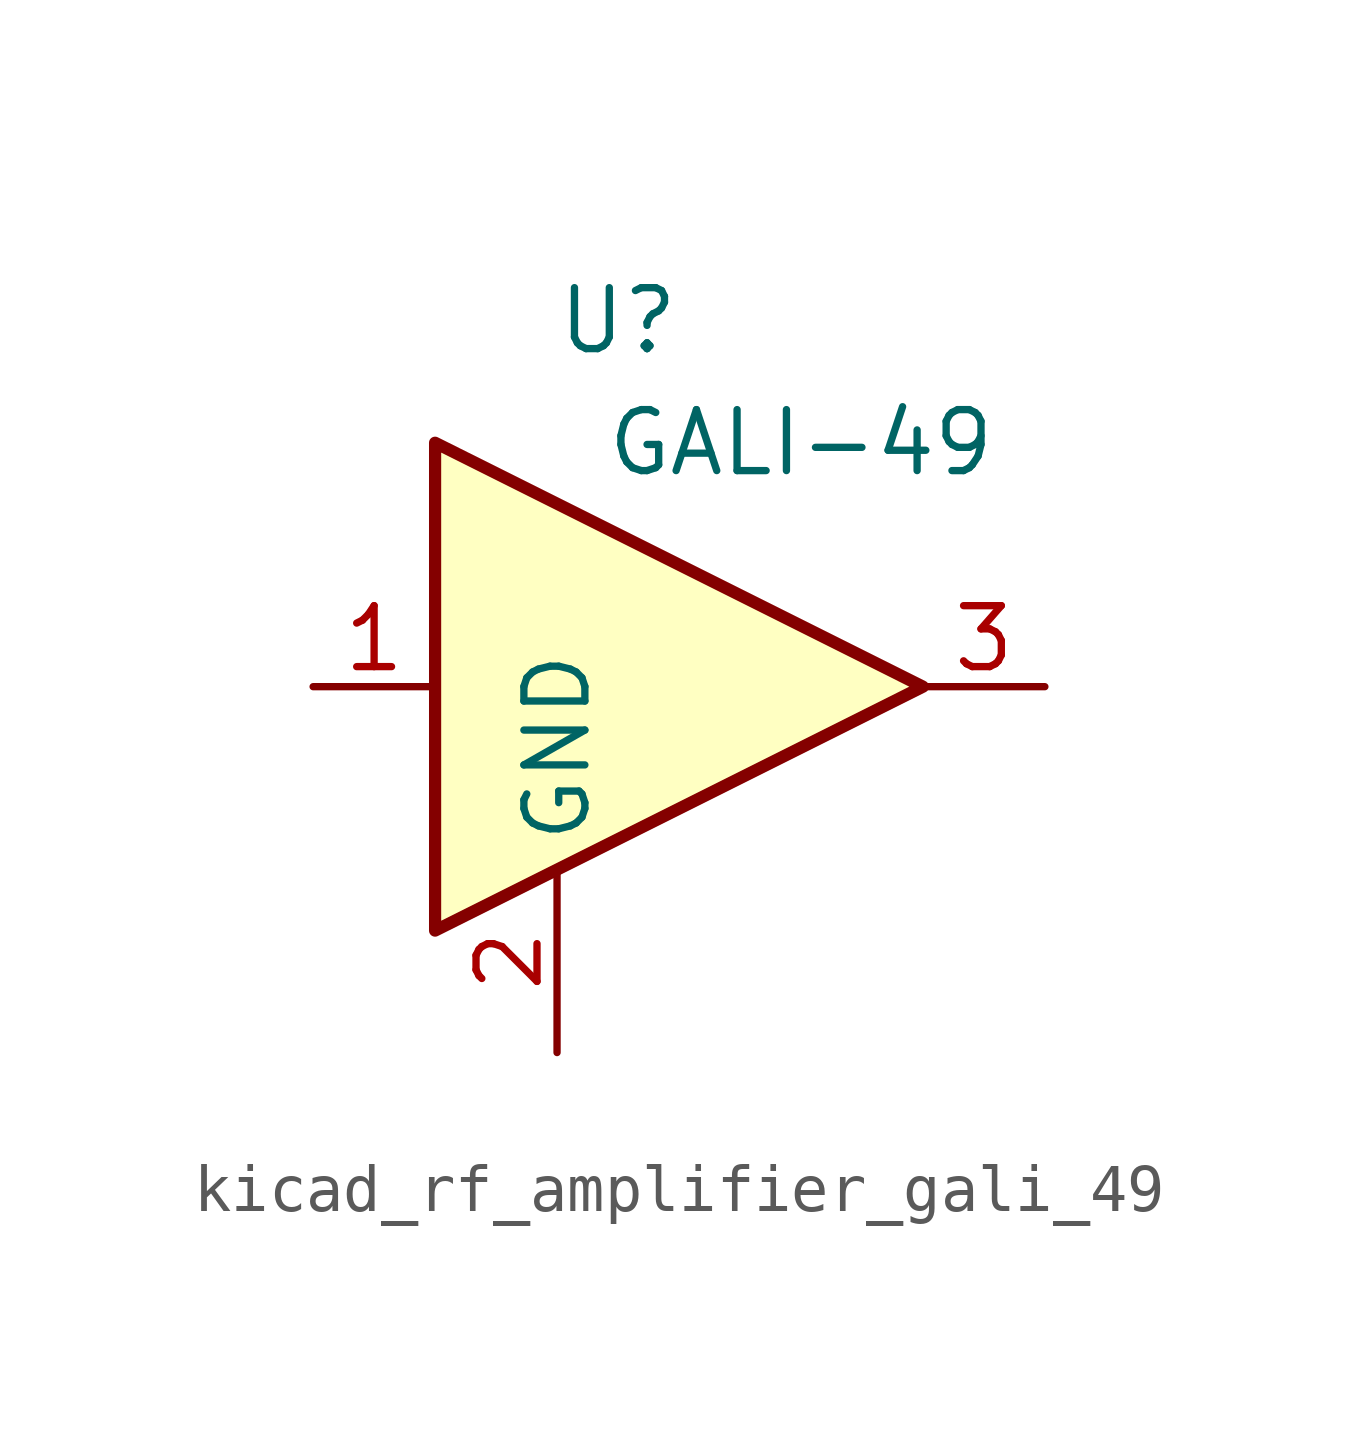
<source format=kicad_sym>
(kicad_symbol_lib
  (version 20220914)
  (generator kicad_symbol_editor)
  (symbol "kicad_rf_amplifier_gali_49"
    (property "Reference" "U"
      (at -1.27 7.62 0)
      (effects (font (size 1.27 1.27))))
    (property "Value" "GALI-49"
      (at 2.54 5.08 0)
      (effects (font (size 1.27 1.27))))
    (symbol "kicad_rf_amplifier_gali_49_0_1"
      (polyline (pts (xy 5.08 0) (xy -5.08 5.08) (xy -5.08 -5.08) (xy 5.08 0)) (stroke (width 0.254) (type default)) (fill (type background))))
    (symbol "kicad_rf_amplifier_gali_49_1_1"
      (pin input line (at -7.62 0 0) (length 2.54) (name "~" (effects (font (size 1.27 1.27)))) (number "1" (effects (font (size 1.27 1.27)))))
      (pin power_in line (at -2.54 -7.62 90) (length 3.81) (name "GND" (effects (font (size 1.27 1.27)))) (number "2" (effects (font (size 1.27 1.27)))))
      (pin output line (at 7.62 0 180) (length 2.54) (name "~" (effects (font (size 1.27 1.27)))) (number "3" (effects (font (size 1.27 1.27))))))))
</source>
